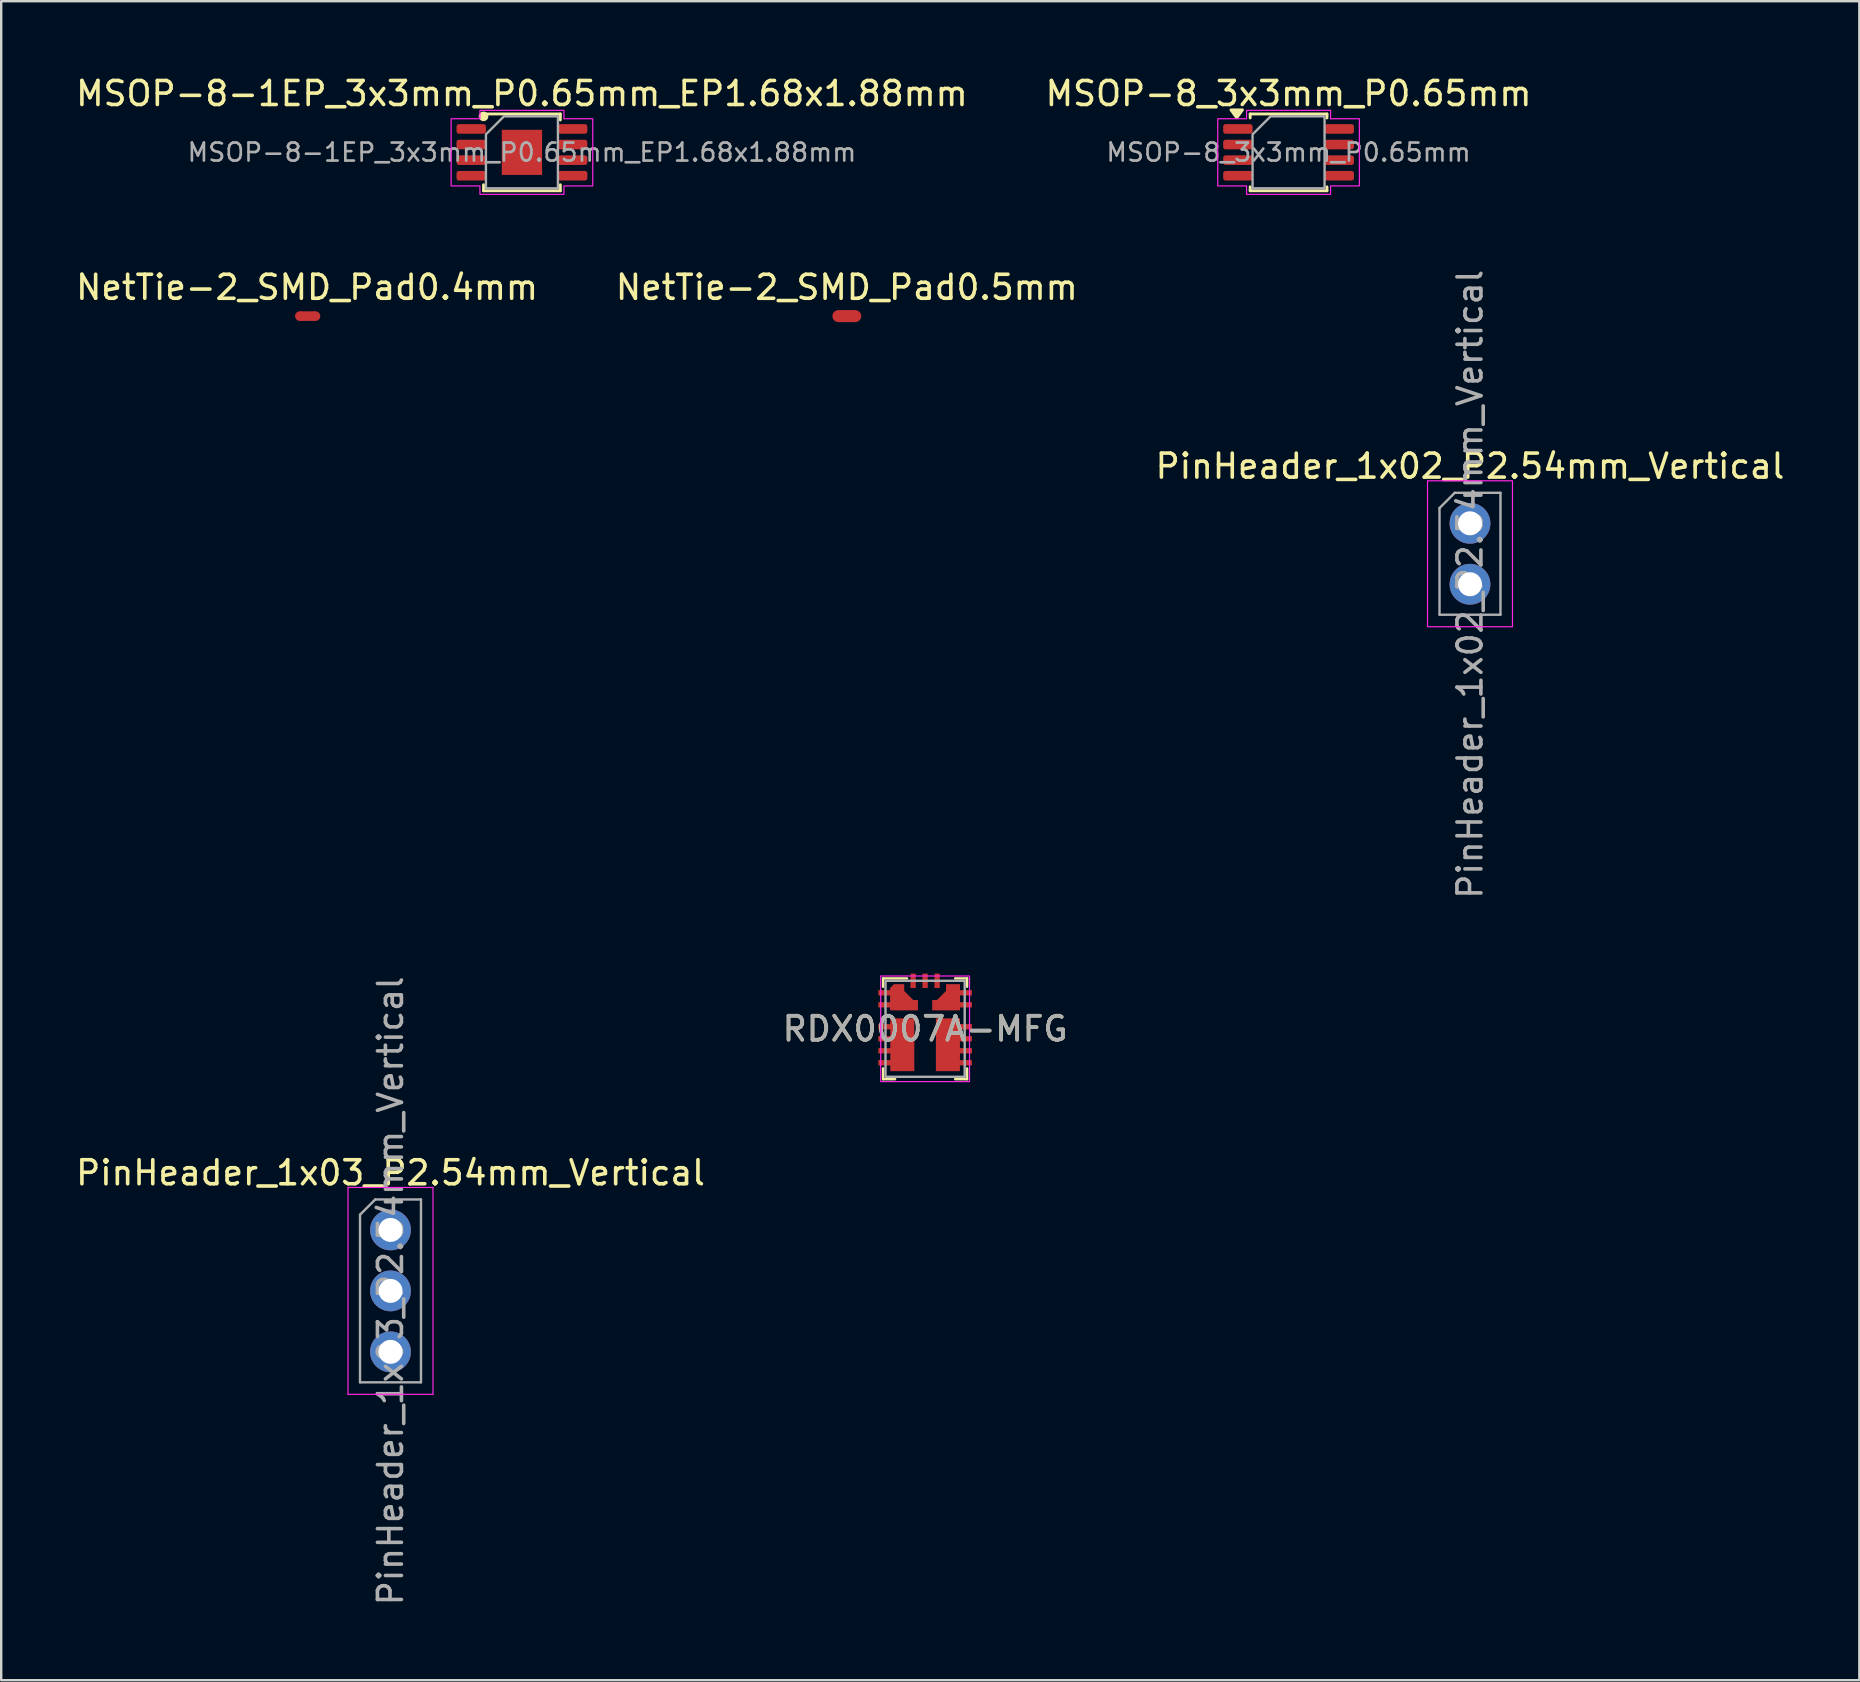
<source format=kicad_pcb>
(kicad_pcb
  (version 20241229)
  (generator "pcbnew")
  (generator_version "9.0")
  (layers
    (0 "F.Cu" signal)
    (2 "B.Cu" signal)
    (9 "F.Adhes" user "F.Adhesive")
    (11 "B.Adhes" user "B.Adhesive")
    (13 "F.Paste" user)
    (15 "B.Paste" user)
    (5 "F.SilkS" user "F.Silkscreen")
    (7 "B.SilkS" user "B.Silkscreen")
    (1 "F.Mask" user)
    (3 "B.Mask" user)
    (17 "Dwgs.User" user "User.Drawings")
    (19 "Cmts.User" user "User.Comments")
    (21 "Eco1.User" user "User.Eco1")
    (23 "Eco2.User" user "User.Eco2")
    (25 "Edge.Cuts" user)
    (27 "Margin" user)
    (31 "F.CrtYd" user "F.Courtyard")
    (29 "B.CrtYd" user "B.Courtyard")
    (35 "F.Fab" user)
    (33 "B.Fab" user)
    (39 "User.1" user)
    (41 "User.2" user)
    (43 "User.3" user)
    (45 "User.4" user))
  (footprint "NetTie-2_SMD_Pad0.5mm"
    (layer "F.Cu")
    (at 32.232 10.121)
    (property "Reference" "NetTie-2_SMD_Pad0.5mm" (at 0 -1.2 0) (layer "F.SilkS") (effects (font (size 1 1) (thickness 0.15))))
    (attr exclude_from_pos_files exclude_from_bom allow_missing_courtyard)
    (fp_rect (start -0.35 -0.25) (end 0.35 0.25) (stroke (width 0) (type default)) (fill yes) (layer "F.Cu"))
    (pad "1" smd circle (at -0.35 0) (size 0.5 0.5) (layers "F.Cu"))
    (pad "2" smd circle (at 0.35 0) (size 0.5 0.5) (layers "F.Cu")))
  (footprint "NetTie-2_SMD_Pad0.4mm"
    (layer "F.Cu")
    (at 9.744 10.121)
    (property "Reference" "NetTie-2_SMD_Pad0.4mm" (at 0 -1.2 0) (layer "F.SilkS") (effects (font (size 1 1) (thickness 0.15))))
    (attr exclude_from_pos_files exclude_from_bom allow_missing_courtyard)
    (fp_rect (start -0.3 -0.2) (end 0.35 0.2) (stroke (width 0) (type default)) (fill yes) (layer "F.Cu"))
    (pad "1" smd circle (at -0.3 0) (size 0.4 0.4) (layers "F.Cu"))
    (pad "2" smd circle (at 0.35 0) (size 0.4 0.4) (layers "F.Cu")))
  (footprint "MSOP-8-1EP_3x3mm_P0.65mm_EP1.68x1.88mm"
    (layer "F.Cu")
    (at 18.696 3.298)
    (property "Reference" "MSOP-8-1EP_3x3mm_P0.65mm_EP1.68x1.88mm" (at 0 -2.45 0) (layer "F.SilkS") (effects (font (size 1 1) (thickness 0.15))))
    (attr smd)
    (fp_line (start -1.6 -1.6) (end 1.6 -1.6) (stroke (width 0.12) (type solid)) (layer "F.SilkS"))
    (fp_line (start -1.6 1.6) (end -1.6 1.35) (stroke (width 0.12) (type solid)) (layer "F.SilkS"))
    (fp_line (start 1.6 -1.6) (end 1.6 -1.35) (stroke (width 0.12) (type solid)) (layer "F.SilkS"))
    (fp_line (start 1.6 1.35) (end 1.6 1.6) (stroke (width 0.12) (type solid)) (layer "F.SilkS"))
    (fp_line (start 1.6 1.6) (end -1.6 1.6) (stroke (width 0.12) (type solid)) (layer "F.SilkS"))
    (fp_circle (center -1.6 -1.5) (end -1.6 -1.3) (stroke (width 0) (type default)) (fill yes) (layer "F.SilkS"))
    (fp_poly (pts (xy -2.95 -1.4) (xy -1.75 -1.4) (xy -1.75 -1.75) (xy 1.75 -1.75) (xy 1.75 -1.4) (xy 2.95 -1.4) (xy 2.95 1.4) (xy 1.75 1.4) (xy 1.75 1.75) (xy -1.75 1.75) (xy -1.75 1.4) (xy -2.95 1.4)) (stroke (width 0.05) (type solid)) (fill no) (layer "F.CrtYd"))
    (fp_poly (pts (xy -0.75 -1.5) (xy 1.5 -1.5) (xy 1.5 1.5) (xy -1.5 1.5) (xy -1.5 -0.75)) (stroke (width 0.1) (type solid)) (fill no) (layer "F.Fab"))
    (fp_text user "${REFERENCE}" (at 0 0 0) (layer "F.Fab") (effects (font (size 0.75 0.75) (thickness 0.11))))
    (pad "" smd roundrect (at -0.42 -0.47) (size 0.68 0.76) (layers "F.Paste") (roundrect_rratio 0.25))
    (pad "" smd roundrect (at -0.42 0.47) (size 0.68 0.76) (layers "F.Paste") (roundrect_rratio 0.25))
    (pad "" smd roundrect (at 0.42 -0.47) (size 0.68 0.76) (layers "F.Paste") (roundrect_rratio 0.25))
    (pad "" smd roundrect (at 0.42 0.47) (size 0.68 0.76) (layers "F.Paste") (roundrect_rratio 0.25))
    (pad "1" smd roundrect (at -2.113 -0.975) (size 1.225 0.4) (layers "F.Cu" "F.Mask" "F.Paste") (roundrect_rratio 0.25))
    (pad "2" smd roundrect (at -2.113 -0.325) (size 1.225 0.4) (layers "F.Cu" "F.Mask" "F.Paste") (roundrect_rratio 0.25))
    (pad "3" smd roundrect (at -2.113 0.325) (size 1.225 0.4) (layers "F.Cu" "F.Mask" "F.Paste") (roundrect_rratio 0.25))
    (pad "4" smd roundrect (at -2.113 0.975) (size 1.225 0.4) (layers "F.Cu" "F.Mask" "F.Paste") (roundrect_rratio 0.25))
    (pad "5" smd roundrect (at 2.113 0.975) (size 1.225 0.4) (layers "F.Cu" "F.Mask" "F.Paste") (roundrect_rratio 0.25))
    (pad "6" smd roundrect (at 2.113 0.325) (size 1.225 0.4) (layers "F.Cu" "F.Mask" "F.Paste") (roundrect_rratio 0.25))
    (pad "7" smd roundrect (at 2.113 -0.325) (size 1.225 0.4) (layers "F.Cu" "F.Mask" "F.Paste") (roundrect_rratio 0.25))
    (pad "8" smd roundrect (at 2.113 -0.975) (size 1.225 0.4) (layers "F.Cu" "F.Mask" "F.Paste") (roundrect_rratio 0.25))
    (pad "9" smd rect (at 0 0) (size 1.68 1.88) (property pad_prop_heatsink) (layers "F.Cu" "F.Mask")))
  (footprint "RDX0007A-MFG"
    (layer "F.Cu")
    (at 35.494 39.814)
    (property "Reference" "RDX0007A-MFG" (at 0 0 0) (unlocked yes) (layer "F.SilkS") (effects (font (size 1 1) (thickness 0.15))))
    (attr through_hole)
    (fp_line (start -1.75 -2.1) (end -0.75 -2.1) (stroke (width 0.1) (type default)) (layer "F.SilkS"))
    (fp_line (start -1.75 -1.75) (end -1.75 -2.1) (stroke (width 0.1) (type default)) (layer "F.SilkS"))
    (fp_line (start -1.75 1.65) (end -1.75 2.1) (stroke (width 0.1) (type default)) (layer "F.SilkS"))
    (fp_line (start -1.75 2.1) (end -1.25 2.1) (stroke (width 0.1) (type default)) (layer "F.SilkS"))
    (fp_line (start 1.25 2.1) (end 1.75 2.1) (stroke (width 0.1) (type default)) (layer "F.SilkS"))
    (fp_line (start 1.75 -2.1) (end 1.25 -2.1) (stroke (width 0.1) (type default)) (layer "F.SilkS"))
    (fp_line (start 1.75 -2.1) (end 1.75 -1.75) (stroke (width 0.1) (type default)) (layer "F.SilkS"))
    (fp_line (start 1.75 2.1) (end 1.75 1.65) (stroke (width 0.1) (type default)) (layer "F.SilkS"))
    (fp_rect (start -1.85 -2.2) (end 1.85 2.2) (stroke (width 0.05) (type default)) (fill no) (layer "F.CrtYd"))
    (fp_rect (start -1.65 -2) (end 1.65 2) (stroke (width 0.1) (type solid)) (fill no) (layer "F.Fab"))
    (fp_text user "${REFERENCE}" (at 0 0 0) (unlocked yes) (layer "F.Fab") (effects (font (size 1 1) (thickness 0.15))))
    (pad "1" smd custom (at -1.65 -1.5 90) (size 0.22 0.6) (layers "F.Cu" "F.Paste") (options (anchor rect)) (primitives (gr_poly (pts (xy 0.35 0.775) (xy 0.07 0.775) (xy -0.305 1.15) (xy -0.305 1.345) (xy -0.725 1.345) (xy -0.725 0.2) (xy 0.2 0.2) (xy 0.35 0.35)) (width 0) (fill yes)) (gr_poly (pts (xy 0.35 0.775) (xy 0.07 0.775) (xy -0.305 1.15) (xy -0.305 1.345) (xy -0.725 1.345) (xy -0.725 0.2) (xy 0.2 0.2) (xy 0.35 0.35)) (width 0) (fill yes)) (gr_poly (pts (xy 0.35 0.775) (xy 0.07 0.775) (xy -0.305 1.15) (xy -0.305 1.345) (xy -0.725 1.345) (xy -0.725 0.2) (xy 0.2 0.2) (xy 0.35 0.35)) (width 0) (fill yes))))
    (pad "1" smd custom (at -1.65 -1 90) (size 0.22 0.6) (layers "F.Cu" "F.Paste") (options (anchor rect)) (primitives (gr_poly (pts (xy 0.85 0.775) (xy 0.57 0.775) (xy 0.195 1.15) (xy 0.195 1.345) (xy -0.225 1.345) (xy -0.225 0.2) (xy 0.7 0.2) (xy 0.85 0.35)) (width 0) (fill yes)) (gr_poly (pts (xy 0.85 0.775) (xy 0.57 0.775) (xy 0.195 1.15) (xy 0.195 1.345) (xy -0.225 1.345) (xy -0.225 0.2) (xy 0.7 0.2) (xy 0.85 0.35)) (width 0) (fill yes)) (gr_poly (pts (xy 0.85 0.775) (xy 0.57 0.775) (xy 0.195 1.15) (xy 0.195 1.345) (xy -0.225 1.345) (xy -0.225 0.2) (xy 0.7 0.2) (xy 0.85 0.35)) (width 0) (fill yes))))
    (pad "2" smd rect (at -1.65 -0.085 90) (size 0.22 0.6) (layers "F.Cu" "F.Paste"))
    (pad "2" smd rect (at -1.65 0.415 90) (size 0.22 0.6) (layers "F.Cu" "F.Paste"))
    (pad "2" smd rect (at -1.65 0.915 90) (size 0.22 0.6) (layers "F.Cu" "F.Paste"))
    (pad "2" smd rect (at -1.65 1.415 90) (size 0.22 0.6) (layers "F.Cu" "F.Paste"))
    (pad "2" smd rect (at -0.95 0.665 180) (size 1 2.2) (layers "F.Cu" "F.Paste"))
    (pad "3" smd rect (at 0.95 0.665 180) (size 1 2.2) (layers "F.Cu" "F.Paste"))
    (pad "3" smd rect (at 1.65 -0.085 90) (size 0.22 0.6) (layers "F.Cu" "F.Paste"))
    (pad "3" smd rect (at 1.65 0.415 90) (size 0.22 0.6) (layers "F.Cu" "F.Paste"))
    (pad "3" smd rect (at 1.65 0.915 90) (size 0.22 0.6) (layers "F.Cu" "F.Paste"))
    (pad "3" smd rect (at 1.65 1.415 90) (size 0.22 0.6) (layers "F.Cu" "F.Paste"))
    (pad "4" smd custom (at 1.65 -1.5 90) (size 0.22 0.6) (layers "F.Cu" "F.Paste") (options (anchor rect)) (primitives (gr_poly (pts (xy 0.35 -0.775) (xy 0.07 -0.775) (xy -0.305 -1.15) (xy -0.305 -1.345) (xy -0.725 -1.345) (xy -0.725 -0.2) (xy 0.35 -0.2)) (width 0) (fill yes)) (gr_poly (pts (xy 0.35 -0.775) (xy 0.07 -0.775) (xy -0.305 -1.15) (xy -0.305 -1.345) (xy -0.725 -1.345) (xy -0.725 -0.2) (xy 0.35 -0.2)) (width 0) (fill yes)) (gr_poly (pts (xy 0.35 -0.775) (xy 0.07 -0.775) (xy -0.305 -1.15) (xy -0.305 -1.345) (xy -0.725 -1.345) (xy -0.725 -0.2) (xy 0.35 -0.2)) (width 0) (fill yes))))
    (pad "4" smd custom (at 1.65 -1 90) (size 0.22 0.6) (layers "F.Cu" "F.Paste") (options (anchor rect)) (primitives (gr_poly (pts (xy 0.85 -0.775) (xy 0.57 -0.775) (xy 0.195 -1.15) (xy 0.195 -1.345) (xy -0.225 -1.345) (xy -0.225 -0.2) (xy 0.85 -0.2)) (width 0) (fill yes)) (gr_poly (pts (xy 0.85 -0.775) (xy 0.57 -0.775) (xy 0.195 -1.15) (xy 0.195 -1.345) (xy -0.225 -1.345) (xy -0.225 -0.2) (xy 0.85 -0.2)) (width 0) (fill yes)) (gr_poly (pts (xy 0.85 -0.775) (xy 0.57 -0.775) (xy 0.195 -1.15) (xy 0.195 -1.345) (xy -0.225 -1.345) (xy -0.225 -0.2) (xy 0.85 -0.2)) (width 0) (fill yes))))
    (pad "5" smd rect (at 0.5 -2) (size 0.22 0.6) (layers "F.Cu" "F.Paste"))
    (pad "6" smd rect (at 0 -2) (size 0.22 0.6) (layers "F.Cu" "F.Paste"))
    (pad "7" smd rect (at -0.5 -2) (size 0.22 0.6) (layers "F.Cu" "F.Paste"))
    (zone (net_name "") (layer "F.Cu") (name "Keepout") (hatch edge 0.5) (connect_pads) (min_thickness 0.25) (filled_areas_thickness no) (keepout (tracks not_allowed) (vias not_allowed) (pads not_allowed) (copperpour not_allowed) (footprints allowed)) (placement (enabled no)) (fill) (polygon (pts (xy 35.294 38.514) (xy 35.694 38.514) (xy 35.694 39.144) (xy 35.294 39.144)))))
  (footprint "MSOP-8_3x3mm_P0.65mm"
    (layer "F.Cu")
    (at 50.637 3.298)
    (property "Reference" "MSOP-8_3x3mm_P0.65mm" (at 0 -2.45 0) (layer "F.SilkS") (effects (font (size 1 1) (thickness 0.15))))
    (attr smd)
    (fp_line (start -1.6 -1.6) (end 1.6 -1.6) (stroke (width 0.12) (type solid)) (layer "F.SilkS"))
    (fp_line (start -1.6 -1.435) (end -1.6 -1.6) (stroke (width 0.12) (type solid)) (layer "F.SilkS"))
    (fp_line (start -1.6 1.6) (end -1.6 1.435) (stroke (width 0.12) (type solid)) (layer "F.SilkS"))
    (fp_line (start 1.6 -1.6) (end 1.6 -1.435) (stroke (width 0.12) (type solid)) (layer "F.SilkS"))
    (fp_line (start 1.6 1.435) (end 1.6 1.6) (stroke (width 0.12) (type solid)) (layer "F.SilkS"))
    (fp_line (start 1.6 1.6) (end -1.6 1.6) (stroke (width 0.12) (type solid)) (layer "F.SilkS"))
    (fp_poly (pts (xy -2.16 -1.44) (xy -2.4 -1.77) (xy -1.92 -1.77)) (stroke (width 0.12) (type solid)) (fill yes) (layer "F.SilkS"))
    (fp_poly (pts (xy -1.75 -1.4) (xy -1.75 -1.75) (xy 1.75 -1.75) (xy 1.75 -1.4) (xy 2.95 -1.4) (xy 2.95 1.4) (xy 1.75 1.4) (xy 1.75 1.75) (xy -1.75 1.75) (xy -1.75 1.4) (xy -2.95 1.4) (xy -2.95 -1.4)) (stroke (width 0.05) (type solid)) (fill no) (layer "F.CrtYd"))
    (fp_poly (pts (xy -0.75 -1.5) (xy 1.5 -1.5) (xy 1.5 1.5) (xy -1.5 1.5) (xy -1.5 -0.75)) (stroke (width 0.1) (type solid)) (fill no) (layer "F.Fab"))
    (fp_text user "${REFERENCE}" (at 0 0 0) (layer "F.Fab") (effects (font (size 0.75 0.75) (thickness 0.11))))
    (pad "1" smd roundrect (at -2.112 -0.975) (size 1.225 0.4) (layers "F.Cu" "F.Mask" "F.Paste") (roundrect_rratio 0.25))
    (pad "2" smd roundrect (at -2.112 -0.325) (size 1.225 0.4) (layers "F.Cu" "F.Mask" "F.Paste") (roundrect_rratio 0.25))
    (pad "3" smd roundrect (at -2.112 0.325) (size 1.225 0.4) (layers "F.Cu" "F.Mask" "F.Paste") (roundrect_rratio 0.25))
    (pad "4" smd roundrect (at -2.112 0.975) (size 1.225 0.4) (layers "F.Cu" "F.Mask" "F.Paste") (roundrect_rratio 0.25))
    (pad "5" smd roundrect (at 2.112 0.975) (size 1.225 0.4) (layers "F.Cu" "F.Mask" "F.Paste") (roundrect_rratio 0.25))
    (pad "6" smd roundrect (at 2.112 0.325) (size 1.225 0.4) (layers "F.Cu" "F.Mask" "F.Paste") (roundrect_rratio 0.25))
    (pad "7" smd roundrect (at 2.112 -0.325) (size 1.225 0.4) (layers "F.Cu" "F.Mask" "F.Paste") (roundrect_rratio 0.25))
    (pad "8" smd roundrect (at 2.112 -0.975) (size 1.225 0.4) (layers "F.Cu" "F.Mask" "F.Paste") (roundrect_rratio 0.25)))
  (footprint "PinHeader_1x02_P2.54mm_Vertical"
    (layer "F.Cu")
    (at 58.196 20.023)
    (property "Reference" "PinHeader_1x02_P2.54mm_Vertical" (at 0 -3.65 0) (layer "F.SilkS") (effects (font (size 1 1) (thickness 0.15))))
    (attr through_hole)
    (fp_rect (start -1.77 -3.04) (end 1.77 3.04) (stroke (width 0.05) (type solid)) (fill no) (layer "F.CrtYd"))
    (fp_line (start -1.27 -1.905) (end -0.635 -2.54) (stroke (width 0.1) (type solid)) (layer "F.Fab"))
    (fp_line (start -1.27 2.53) (end -1.27 -1.905) (stroke (width 0.1) (type solid)) (layer "F.Fab"))
    (fp_line (start -0.635 -2.54) (end 1.27 -2.54) (stroke (width 0.1) (type solid)) (layer "F.Fab"))
    (fp_line (start 1.27 -2.54) (end 1.27 2.53) (stroke (width 0.1) (type solid)) (layer "F.Fab"))
    (fp_line (start 1.27 2.54) (end -1.27 2.54) (stroke (width 0.1) (type solid)) (layer "F.Fab"))
    (fp_text user "${REFERENCE}" (at 0 1.27 90) (layer "F.Fab") (effects (font (size 1 1) (thickness 0.15))))
    (pad "1" thru_hole circle (at 0 -1.27) (size 1.7 1.7) (drill 1) (layers "*.Cu" "*.Mask"))
    (pad "2" thru_hole circle (at 0 1.27) (size 1.7 1.7) (drill 1) (layers "*.Cu" "*.Mask")))
  (footprint "PinHeader_1x03_P2.54mm_Vertical"
    (layer "F.Cu")
    (at 13.22 50.734)
    (property "Reference" "PinHeader_1x03_P2.54mm_Vertical" (at 0 -4.92 0) (layer "F.SilkS") (effects (font (size 1 1) (thickness 0.15))))
    (attr through_hole)
    (fp_line (start -1.77 -4.31) (end -1.77 4.31) (stroke (width 0.05) (type solid)) (layer "F.CrtYd"))
    (fp_line (start -1.77 4.31) (end 1.77 4.31) (stroke (width 0.05) (type solid)) (layer "F.CrtYd"))
    (fp_line (start 1.77 -4.31) (end -1.77 -4.31) (stroke (width 0.05) (type solid)) (layer "F.CrtYd"))
    (fp_line (start 1.77 4.31) (end 1.77 -4.31) (stroke (width 0.05) (type solid)) (layer "F.CrtYd"))
    (fp_line (start -1.27 -3.175) (end -0.635 -3.81) (stroke (width 0.1) (type solid)) (layer "F.Fab"))
    (fp_line (start -1.27 3.81) (end -1.27 -3.175) (stroke (width 0.1) (type solid)) (layer "F.Fab"))
    (fp_line (start -0.635 -3.81) (end 1.27 -3.81) (stroke (width 0.1) (type solid)) (layer "F.Fab"))
    (fp_line (start 1.27 -3.81) (end 1.27 3.81) (stroke (width 0.1) (type solid)) (layer "F.Fab"))
    (fp_line (start 1.27 3.81) (end -1.27 3.81) (stroke (width 0.1) (type solid)) (layer "F.Fab"))
    (fp_text user "${REFERENCE}" (at 0 0 90) (layer "F.Fab") (effects (font (size 1 1) (thickness 0.15))))
    (pad "1" thru_hole circle (at 0 -2.54) (size 1.7 1.7) (drill 1) (layers "*.Cu" "*.Mask"))
    (pad "2" thru_hole circle (at 0 0) (size 1.7 1.7) (drill 1) (layers "*.Cu" "*.Mask"))
    (pad "3" thru_hole circle (at 0 2.54) (size 1.7 1.7) (drill 1) (layers "*.Cu" "*.Mask")))
  (gr_rect
    (start -3 -3)
    (end 74.417 66.954)
    (stroke (width 0.1) (type default))
    (fill no)
    (layer "Edge.Cuts")))
</source>
